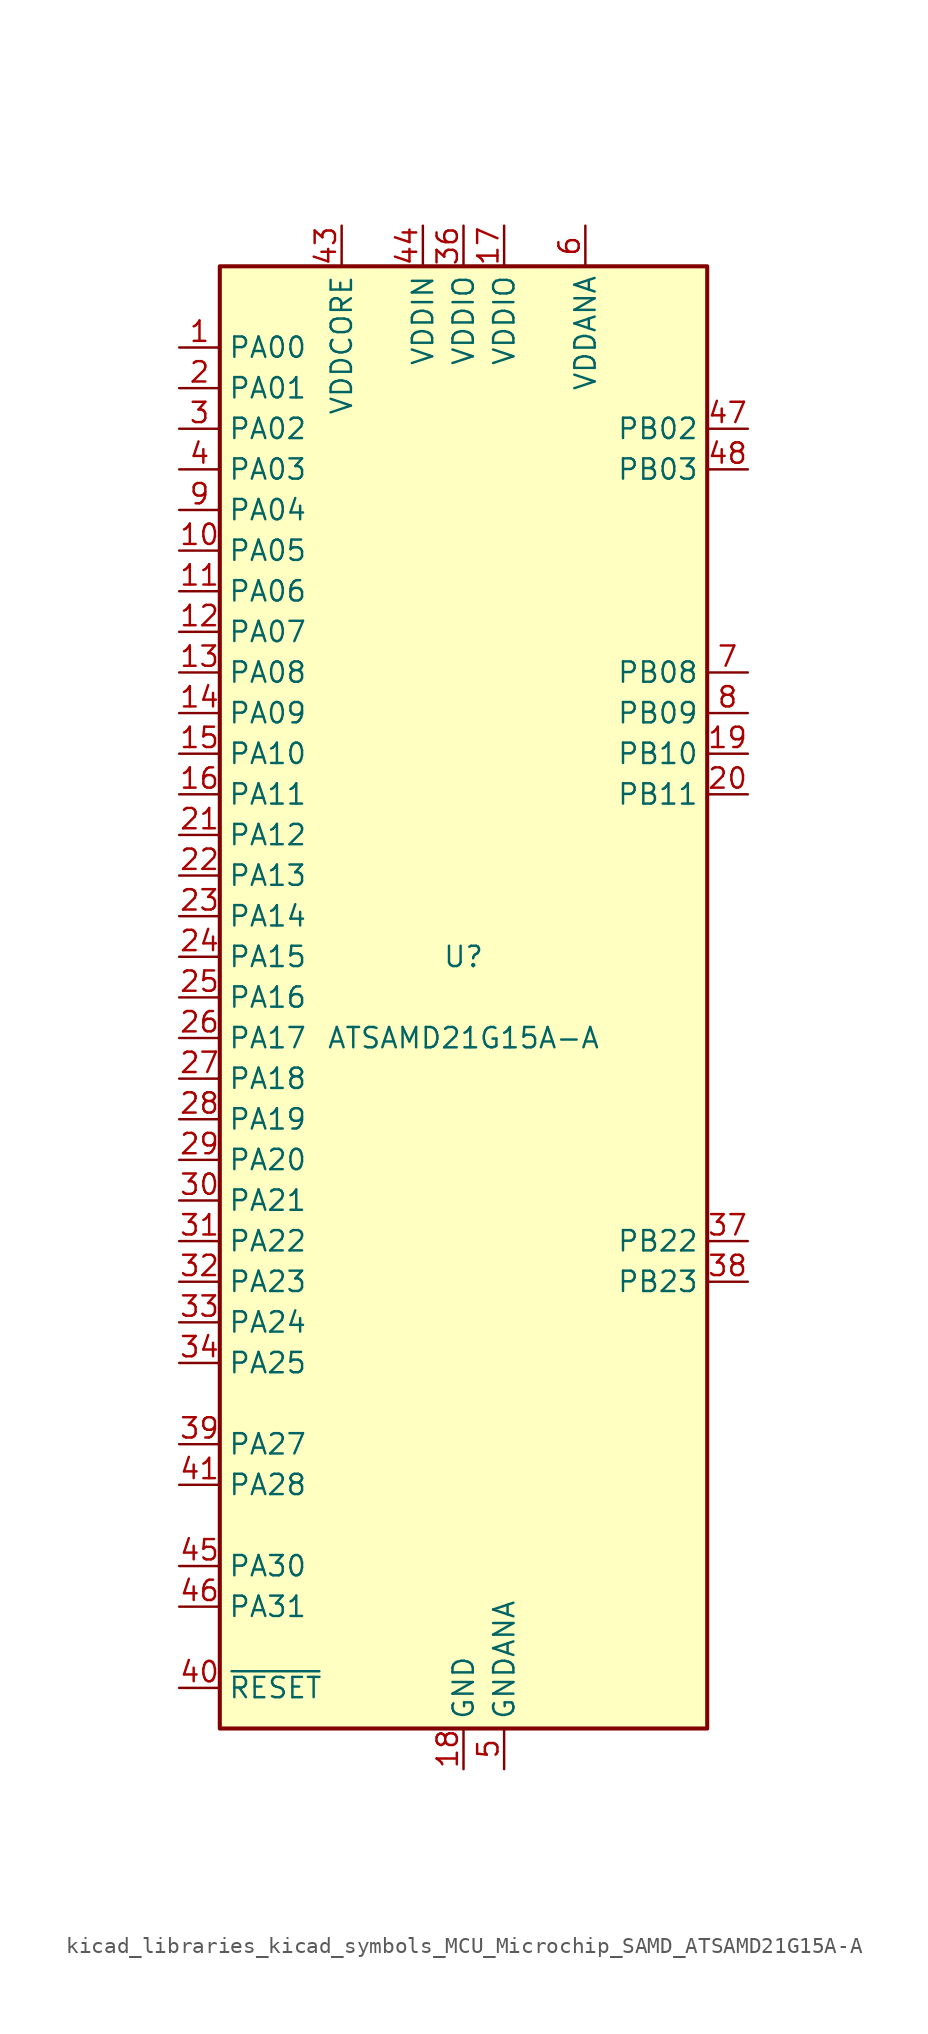
<source format=kicad_sym>
(kicad_symbol_lib
  (version 20220914)
  (generator kicad_symbol_editor)
  (symbol "kicad_libraries_kicad_symbols_MCU_Microchip_SAMD_ATSAMD21G15A-A"
    (property "Reference" "U"
      (at 0 2.54 0)
      (effects (font (size 1.27 1.27))))
    (property "Value" "ATSAMD21G15A-A"
      (at 0 -2.54 0)
      (effects (font (size 1.27 1.27))))
    (symbol "kicad_libraries_kicad_symbols_MCU_Microchip_SAMD_ATSAMD21G15A-A_0_1"
      (rectangle (start -15.24 45.72) (end 15.24 -45.72) (stroke (width 0.254) (type default)) (fill (type background))))
    (symbol "kicad_libraries_kicad_symbols_MCU_Microchip_SAMD_ATSAMD21G15A-A_1_1"
      (pin bidirectional line (at -17.78 40.64 0) (length 2.54) (name "PA00" (effects (font (size 1.27 1.27)))) (number "1" (effects (font (size 1.27 1.27)))))
      (pin bidirectional line (at -17.78 27.94 0) (length 2.54) (name "PA05" (effects (font (size 1.27 1.27)))) (number "10" (effects (font (size 1.27 1.27)))))
      (pin bidirectional line (at -17.78 25.4 0) (length 2.54) (name "PA06" (effects (font (size 1.27 1.27)))) (number "11" (effects (font (size 1.27 1.27)))))
      (pin bidirectional line (at -17.78 22.86 0) (length 2.54) (name "PA07" (effects (font (size 1.27 1.27)))) (number "12" (effects (font (size 1.27 1.27)))))
      (pin bidirectional line (at -17.78 20.32 0) (length 2.54) (name "PA08" (effects (font (size 1.27 1.27)))) (number "13" (effects (font (size 1.27 1.27)))))
      (pin bidirectional line (at -17.78 17.78 0) (length 2.54) (name "PA09" (effects (font (size 1.27 1.27)))) (number "14" (effects (font (size 1.27 1.27)))))
      (pin bidirectional line (at -17.78 15.24 0) (length 2.54) (name "PA10" (effects (font (size 1.27 1.27)))) (number "15" (effects (font (size 1.27 1.27)))))
      (pin bidirectional line (at -17.78 12.7 0) (length 2.54) (name "PA11" (effects (font (size 1.27 1.27)))) (number "16" (effects (font (size 1.27 1.27)))))
      (pin power_in line (at 2.54 48.26 270) (length 2.54) (name "VDDIO" (effects (font (size 1.27 1.27)))) (number "17" (effects (font (size 1.27 1.27)))))
      (pin power_in line (at 0 -48.26 90) (length 2.54) (name "GND" (effects (font (size 1.27 1.27)))) (number "18" (effects (font (size 1.27 1.27)))))
      (pin bidirectional line (at 17.78 15.24 180) (length 2.54) (name "PB10" (effects (font (size 1.27 1.27)))) (number "19" (effects (font (size 1.27 1.27)))))
      (pin bidirectional line (at -17.78 38.1 0) (length 2.54) (name "PA01" (effects (font (size 1.27 1.27)))) (number "2" (effects (font (size 1.27 1.27)))))
      (pin bidirectional line (at 17.78 12.7 180) (length 2.54) (name "PB11" (effects (font (size 1.27 1.27)))) (number "20" (effects (font (size 1.27 1.27)))))
      (pin bidirectional line (at -17.78 10.16 0) (length 2.54) (name "PA12" (effects (font (size 1.27 1.27)))) (number "21" (effects (font (size 1.27 1.27)))))
      (pin bidirectional line (at -17.78 7.62 0) (length 2.54) (name "PA13" (effects (font (size 1.27 1.27)))) (number "22" (effects (font (size 1.27 1.27)))))
      (pin bidirectional line (at -17.78 5.08 0) (length 2.54) (name "PA14" (effects (font (size 1.27 1.27)))) (number "23" (effects (font (size 1.27 1.27)))))
      (pin bidirectional line (at -17.78 2.54 0) (length 2.54) (name "PA15" (effects (font (size 1.27 1.27)))) (number "24" (effects (font (size 1.27 1.27)))))
      (pin bidirectional line (at -17.78 0 0) (length 2.54) (name "PA16" (effects (font (size 1.27 1.27)))) (number "25" (effects (font (size 1.27 1.27)))))
      (pin bidirectional line (at -17.78 -2.54 0) (length 2.54) (name "PA17" (effects (font (size 1.27 1.27)))) (number "26" (effects (font (size 1.27 1.27)))))
      (pin bidirectional line (at -17.78 -5.08 0) (length 2.54) (name "PA18" (effects (font (size 1.27 1.27)))) (number "27" (effects (font (size 1.27 1.27)))))
      (pin bidirectional line (at -17.78 -7.62 0) (length 2.54) (name "PA19" (effects (font (size 1.27 1.27)))) (number "28" (effects (font (size 1.27 1.27)))))
      (pin bidirectional line (at -17.78 -10.16 0) (length 2.54) (name "PA20" (effects (font (size 1.27 1.27)))) (number "29" (effects (font (size 1.27 1.27)))))
      (pin bidirectional line (at -17.78 35.56 0) (length 2.54) (name "PA02" (effects (font (size 1.27 1.27)))) (number "3" (effects (font (size 1.27 1.27)))))
      (pin bidirectional line (at -17.78 -12.7 0) (length 2.54) (name "PA21" (effects (font (size 1.27 1.27)))) (number "30" (effects (font (size 1.27 1.27)))))
      (pin bidirectional line (at -17.78 -15.24 0) (length 2.54) (name "PA22" (effects (font (size 1.27 1.27)))) (number "31" (effects (font (size 1.27 1.27)))))
      (pin bidirectional line (at -17.78 -17.78 0) (length 2.54) (name "PA23" (effects (font (size 1.27 1.27)))) (number "32" (effects (font (size 1.27 1.27)))))
      (pin bidirectional line (at -17.78 -20.32 0) (length 2.54) (name "PA24" (effects (font (size 1.27 1.27)))) (number "33" (effects (font (size 1.27 1.27)))))
      (pin bidirectional line (at -17.78 -22.86 0) (length 2.54) (name "PA25" (effects (font (size 1.27 1.27)))) (number "34" (effects (font (size 1.27 1.27)))))
      (pin passive line (at 0 -48.26 90) (length 2.54) hide (name "GND" (effects (font (size 1.27 1.27)))) (number "35" (effects (font (size 1.27 1.27)))))
      (pin power_in line (at 0 48.26 270) (length 2.54) (name "VDDIO" (effects (font (size 1.27 1.27)))) (number "36" (effects (font (size 1.27 1.27)))))
      (pin bidirectional line (at 17.78 -15.24 180) (length 2.54) (name "PB22" (effects (font (size 1.27 1.27)))) (number "37" (effects (font (size 1.27 1.27)))))
      (pin bidirectional line (at 17.78 -17.78 180) (length 2.54) (name "PB23" (effects (font (size 1.27 1.27)))) (number "38" (effects (font (size 1.27 1.27)))))
      (pin bidirectional line (at -17.78 -27.94 0) (length 2.54) (name "PA27" (effects (font (size 1.27 1.27)))) (number "39" (effects (font (size 1.27 1.27)))))
      (pin bidirectional line (at -17.78 33.02 0) (length 2.54) (name "PA03" (effects (font (size 1.27 1.27)))) (number "4" (effects (font (size 1.27 1.27)))))
      (pin input line (at -17.78 -43.18 0) (length 2.54) (name "~{RESET}" (effects (font (size 1.27 1.27)))) (number "40" (effects (font (size 1.27 1.27)))))
      (pin bidirectional line (at -17.78 -30.48 0) (length 2.54) (name "PA28" (effects (font (size 1.27 1.27)))) (number "41" (effects (font (size 1.27 1.27)))))
      (pin passive line (at 0 -48.26 90) (length 2.54) hide (name "GND" (effects (font (size 1.27 1.27)))) (number "42" (effects (font (size 1.27 1.27)))))
      (pin power_out line (at -7.62 48.26 270) (length 2.54) (name "VDDCORE" (effects (font (size 1.27 1.27)))) (number "43" (effects (font (size 1.27 1.27)))))
      (pin power_in line (at -2.54 48.26 270) (length 2.54) (name "VDDIN" (effects (font (size 1.27 1.27)))) (number "44" (effects (font (size 1.27 1.27)))))
      (pin bidirectional line (at -17.78 -35.56 0) (length 2.54) (name "PA30" (effects (font (size 1.27 1.27)))) (number "45" (effects (font (size 1.27 1.27)))))
      (pin bidirectional line (at -17.78 -38.1 0) (length 2.54) (name "PA31" (effects (font (size 1.27 1.27)))) (number "46" (effects (font (size 1.27 1.27)))))
      (pin bidirectional line (at 17.78 35.56 180) (length 2.54) (name "PB02" (effects (font (size 1.27 1.27)))) (number "47" (effects (font (size 1.27 1.27)))))
      (pin bidirectional line (at 17.78 33.02 180) (length 2.54) (name "PB03" (effects (font (size 1.27 1.27)))) (number "48" (effects (font (size 1.27 1.27)))))
      (pin power_in line (at 2.54 -48.26 90) (length 2.54) (name "GNDANA" (effects (font (size 1.27 1.27)))) (number "5" (effects (font (size 1.27 1.27)))))
      (pin power_in line (at 7.62 48.26 270) (length 2.54) (name "VDDANA" (effects (font (size 1.27 1.27)))) (number "6" (effects (font (size 1.27 1.27)))))
      (pin bidirectional line (at 17.78 20.32 180) (length 2.54) (name "PB08" (effects (font (size 1.27 1.27)))) (number "7" (effects (font (size 1.27 1.27)))))
      (pin bidirectional line (at 17.78 17.78 180) (length 2.54) (name "PB09" (effects (font (size 1.27 1.27)))) (number "8" (effects (font (size 1.27 1.27)))))
      (pin bidirectional line (at -17.78 30.48 0) (length 2.54) (name "PA04" (effects (font (size 1.27 1.27)))) (number "9" (effects (font (size 1.27 1.27))))))))
</source>
